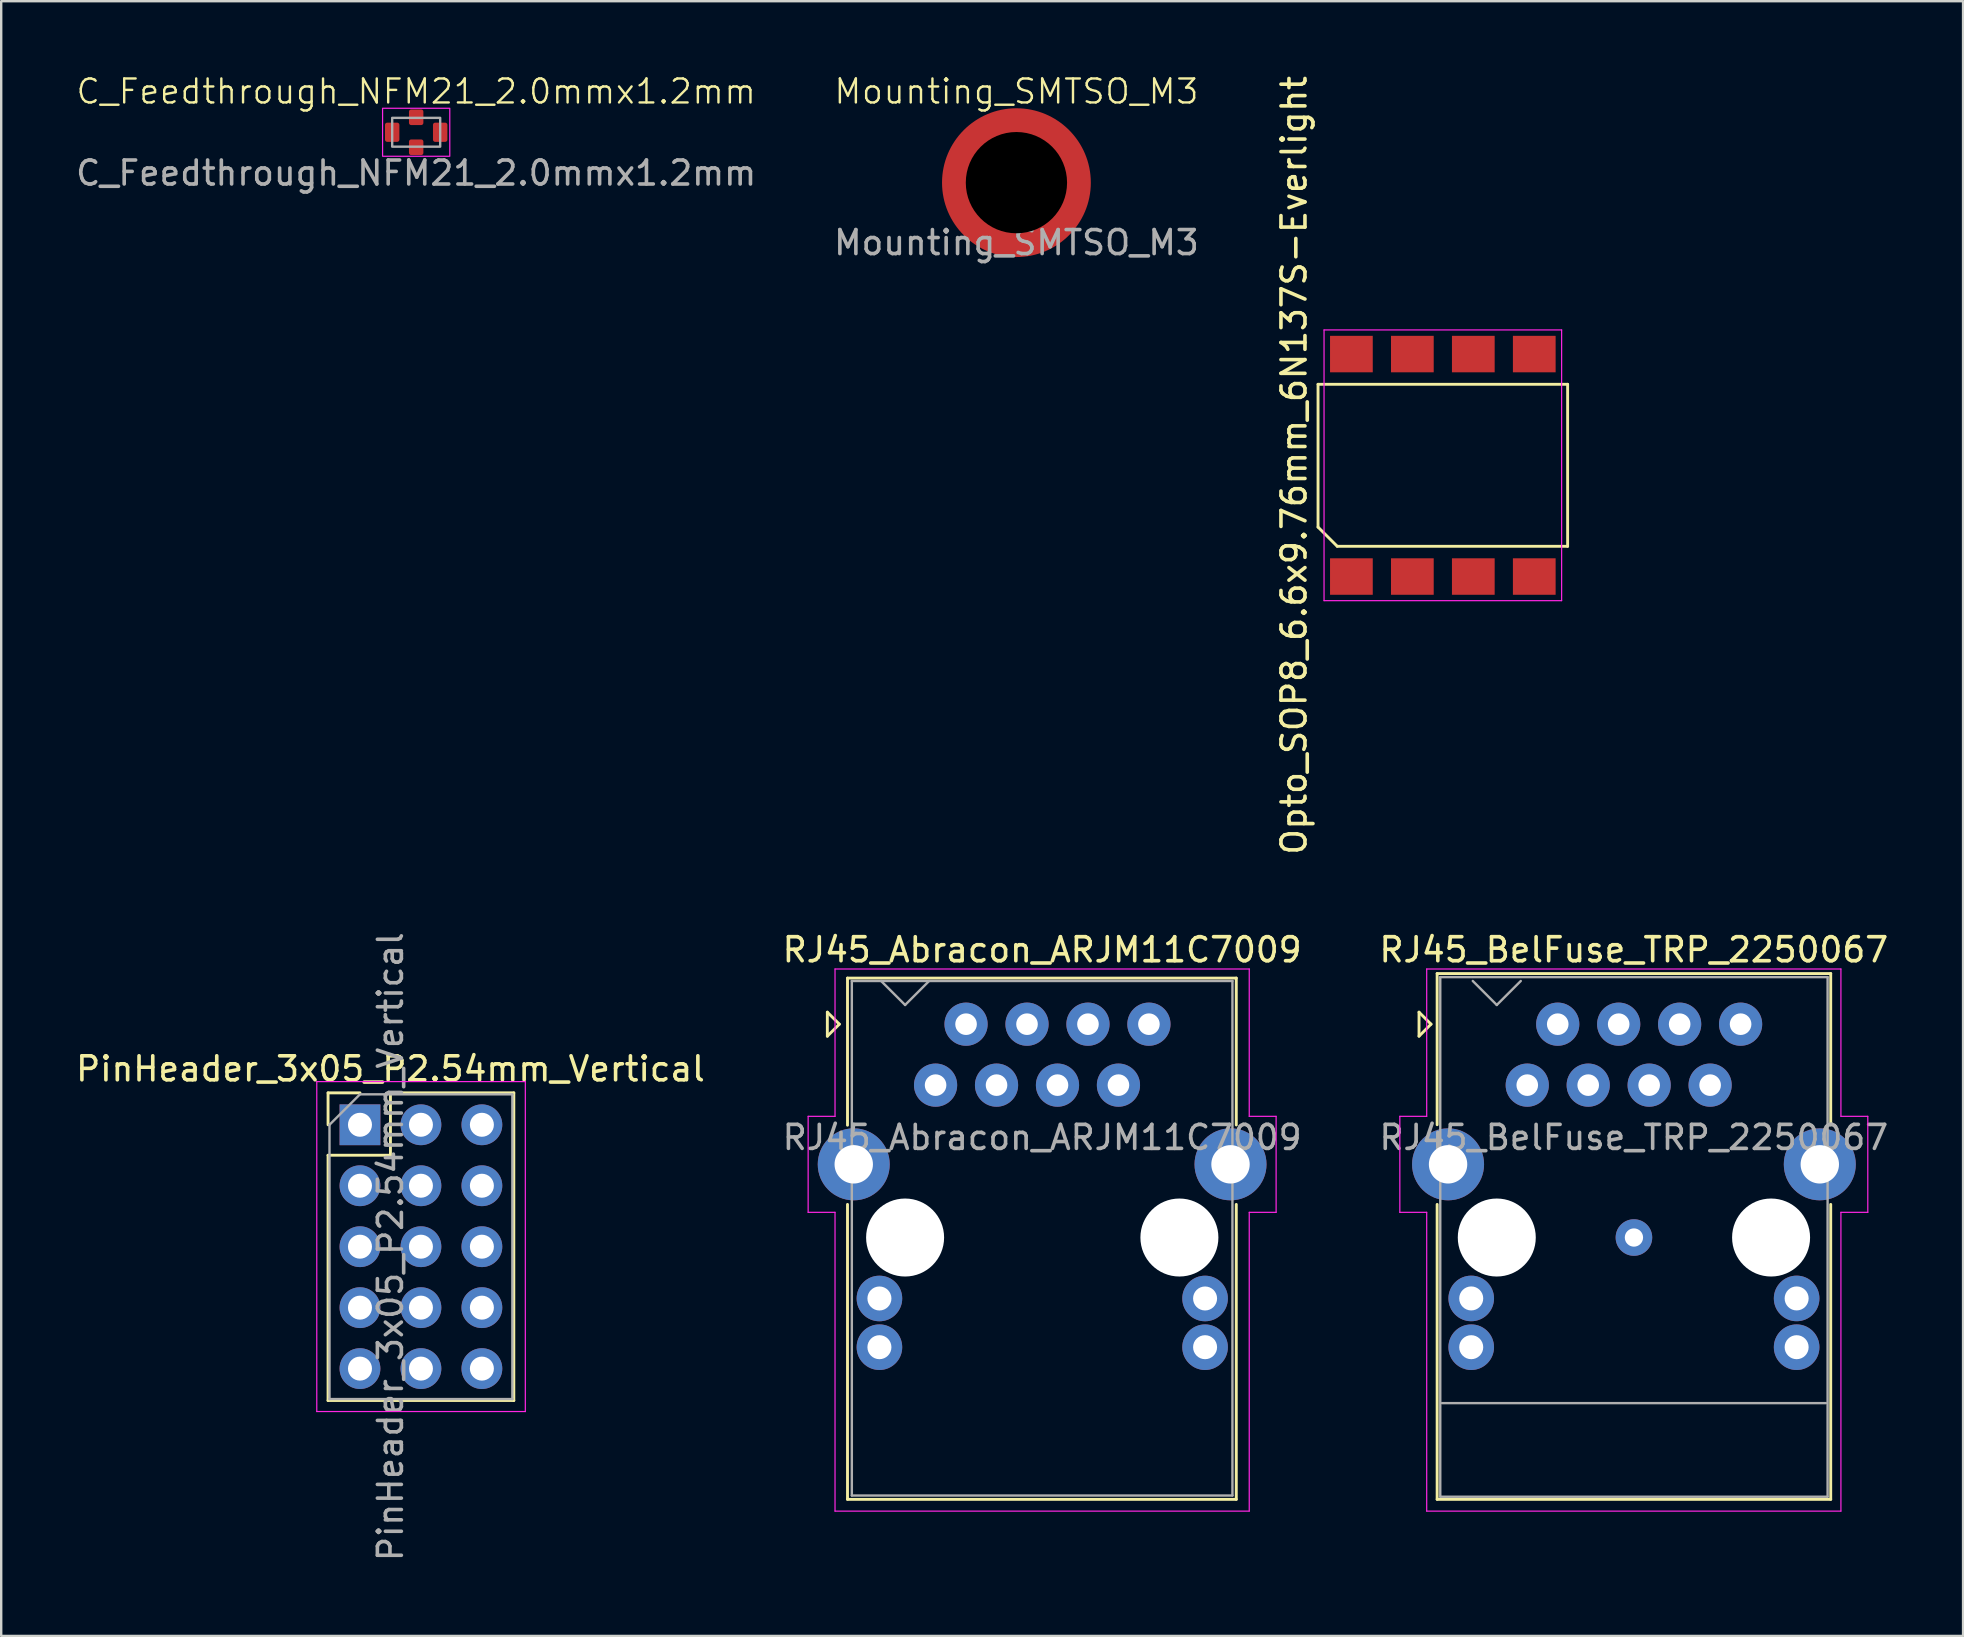
<source format=kicad_pcb>
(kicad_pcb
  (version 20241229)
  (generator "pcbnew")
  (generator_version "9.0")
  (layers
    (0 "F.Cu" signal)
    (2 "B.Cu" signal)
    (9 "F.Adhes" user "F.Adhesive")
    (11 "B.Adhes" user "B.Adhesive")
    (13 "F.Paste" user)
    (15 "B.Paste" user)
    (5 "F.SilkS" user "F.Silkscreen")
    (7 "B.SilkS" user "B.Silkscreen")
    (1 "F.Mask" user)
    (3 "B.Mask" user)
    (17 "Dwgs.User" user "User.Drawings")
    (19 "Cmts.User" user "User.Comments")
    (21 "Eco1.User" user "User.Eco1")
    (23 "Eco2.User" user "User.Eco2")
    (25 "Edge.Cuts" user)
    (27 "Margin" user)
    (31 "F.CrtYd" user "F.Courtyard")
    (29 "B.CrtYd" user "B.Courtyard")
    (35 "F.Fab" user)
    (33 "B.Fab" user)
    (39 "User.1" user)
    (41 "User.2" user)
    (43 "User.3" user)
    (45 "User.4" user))
  (footprint "C_Feedthrough_NFM21_2.0mmx1.2mm"
    (layer "F.Cu")
    (at 14.292 2.461)
    (property "Reference" "C_Feedthrough_NFM21_2.0mmx1.2mm" (at 0 -1.7 0) (unlocked yes) (layer "F.SilkS") (effects (font (size 1 1) (thickness 0.1))))
    (attr smd)
    (fp_rect (start -1.4 -1) (end 1.4 1) (stroke (width 0.05) (type default)) (fill no) (layer "F.CrtYd"))
    (fp_rect (start -1 -0.6) (end 1 0.6) (stroke (width 0.1) (type solid)) (fill no) (layer "F.Fab"))
    (fp_text user "${REFERENCE}" (at 0 1.7 0) (unlocked yes) (layer "F.Fab") (effects (font (size 1 1) (thickness 0.15))))
    (pad "1" smd roundrect (at -1 0) (size 0.6 0.8) (layers "F.Cu" "F.Mask" "F.Paste") (roundrect_rratio 0.15))
    (pad "2" smd roundrect (at 0 -0.625 90) (size 0.65 0.6) (layers "F.Cu" "F.Mask" "F.Paste") (roundrect_rratio 0.15))
    (pad "2" smd roundrect (at 0 0.625 90) (size 0.65 0.6) (layers "F.Cu" "F.Mask" "F.Paste") (roundrect_rratio 0.15))
    (pad "3" smd roundrect (at 1 0) (size 0.6 0.8) (layers "F.Cu" "F.Mask" "F.Paste") (roundrect_rratio 0.15)))
  (footprint "PinHeader_3x05_P2.54mm_Vertical"
    (layer "F.Cu")
    (at 11.95 43.819)
    (property "Reference" "PinHeader_3x05_P2.54mm_Vertical" (at 1.27 -2.33 0) (layer "F.SilkS") (effects (font (size 1 1) (thickness 0.15))))
    (attr through_hole)
    (fp_line (start -1.33 -1.33) (end 0 -1.33) (stroke (width 0.12) (type solid)) (layer "F.SilkS"))
    (fp_line (start -1.33 0) (end -1.33 -1.33) (stroke (width 0.12) (type solid)) (layer "F.SilkS"))
    (fp_line (start -1.33 1.27) (end -1.33 11.49) (stroke (width 0.12) (type solid)) (layer "F.SilkS"))
    (fp_line (start -1.33 1.27) (end 1.27 1.27) (stroke (width 0.12) (type solid)) (layer "F.SilkS"))
    (fp_line (start -1.33 11.49) (end 6.41 11.49) (stroke (width 0.12) (type solid)) (layer "F.SilkS"))
    (fp_line (start 1.27 -1.33) (end 6.41 -1.33) (stroke (width 0.12) (type solid)) (layer "F.SilkS"))
    (fp_line (start 1.27 1.27) (end 1.27 -1.33) (stroke (width 0.12) (type solid)) (layer "F.SilkS"))
    (fp_line (start 6.41 -1.33) (end 6.41 11.49) (stroke (width 0.12) (type solid)) (layer "F.SilkS"))
    (fp_line (start -1.8 -1.8) (end -1.8 11.95) (stroke (width 0.05) (type solid)) (layer "F.CrtYd"))
    (fp_line (start -1.8 11.95) (end 6.89 11.95) (stroke (width 0.05) (type solid)) (layer "F.CrtYd"))
    (fp_line (start 6.89 -1.8) (end -1.8 -1.8) (stroke (width 0.05) (type solid)) (layer "F.CrtYd"))
    (fp_line (start 6.89 11.95) (end 6.89 -1.8) (stroke (width 0.05) (type solid)) (layer "F.CrtYd"))
    (fp_line (start -1.27 0) (end 0 -1.27) (stroke (width 0.1) (type solid)) (layer "F.Fab"))
    (fp_line (start -1.27 11.43) (end -1.27 0) (stroke (width 0.1) (type solid)) (layer "F.Fab"))
    (fp_line (start 0 -1.27) (end 6.35 -1.27) (stroke (width 0.1) (type solid)) (layer "F.Fab"))
    (fp_line (start 6.35 -1.27) (end 6.35 11.43) (stroke (width 0.1) (type solid)) (layer "F.Fab"))
    (fp_line (start 6.35 11.43) (end -1.27 11.43) (stroke (width 0.1) (type solid)) (layer "F.Fab"))
    (fp_text user "${REFERENCE}" (at 1.27 5.08 90) (layer "F.Fab") (effects (font (size 1 1) (thickness 0.15))))
    (pad "1" thru_hole rect (at 0 0) (size 1.7 1.7) (drill 1) (layers "*.Cu" "*.Mask"))
    (pad "2" thru_hole oval (at 2.54 0) (size 1.7 1.7) (drill 1) (layers "*.Cu" "*.Mask"))
    (pad "3" thru_hole oval (at 5.08 0) (size 1.7 1.7) (drill 1) (layers "*.Cu" "*.Mask"))
    (pad "4" thru_hole oval (at 0 2.54) (size 1.7 1.7) (drill 1) (layers "*.Cu" "*.Mask"))
    (pad "5" thru_hole oval (at 2.54 2.54) (size 1.7 1.7) (drill 1) (layers "*.Cu" "*.Mask"))
    (pad "6" thru_hole oval (at 5.08 2.54) (size 1.7 1.7) (drill 1) (layers "*.Cu" "*.Mask"))
    (pad "7" thru_hole oval (at 0 5.08) (size 1.7 1.7) (drill 1) (layers "*.Cu" "*.Mask"))
    (pad "8" thru_hole oval (at 2.54 5.08) (size 1.7 1.7) (drill 1) (layers "*.Cu" "*.Mask"))
    (pad "9" thru_hole oval (at 5.08 5.08) (size 1.7 1.7) (drill 1) (layers "*.Cu" "*.Mask"))
    (pad "10" thru_hole oval (at 0 7.62) (size 1.7 1.7) (drill 1) (layers "*.Cu" "*.Mask"))
    (pad "11" thru_hole oval (at 2.54 7.62) (size 1.7 1.7) (drill 1) (layers "*.Cu" "*.Mask"))
    (pad "12" thru_hole oval (at 5.08 7.62) (size 1.7 1.7) (drill 1) (layers "*.Cu" "*.Mask"))
    (pad "13" thru_hole oval (at 0 10.16) (size 1.7 1.7) (drill 1) (layers "*.Cu" "*.Mask"))
    (pad "14" thru_hole oval (at 2.54 10.16) (size 1.7 1.7) (drill 1) (layers "*.Cu" "*.Mask"))
    (pad "15" thru_hole oval (at 5.08 10.16) (size 1.7 1.7) (drill 1) (layers "*.Cu" "*.Mask")))
  (footprint "RJ45_BelFuse_TRP_2250067"
    (layer "F.Cu")
    (at 65.035 48.517)
    (property "Reference" "RJ45_BelFuse_TRP_2250067" (at -0.005 -11.99 0) (layer "F.SilkS") (effects (font (size 1 1) (thickness 0.15))))
    (attr through_hole)
    (fp_line (start -8.955 -9.39) (end -8.955 -8.39) (stroke (width 0.12) (type solid)) (layer "F.SilkS"))
    (fp_line (start -8.955 -8.39) (end -8.455 -8.89) (stroke (width 0.12) (type solid)) (layer "F.SilkS"))
    (fp_line (start -8.455 -8.89) (end -8.955 -9.39) (stroke (width 0.12) (type solid)) (layer "F.SilkS"))
    (fp_line (start -8.2 -11) (end -8.2 -4.7) (stroke (width 0.12) (type solid)) (layer "F.SilkS"))
    (fp_line (start -8.2 -11) (end 8.2 -11) (stroke (width 0.12) (type solid)) (layer "F.SilkS"))
    (fp_line (start -8.2 -1.38) (end -8.2 10.91) (stroke (width 0.12) (type solid)) (layer "F.SilkS"))
    (fp_line (start -8.2 10.91) (end 8.2 10.91) (stroke (width 0.12) (type solid)) (layer "F.SilkS"))
    (fp_line (start 8.2 -11) (end 8.2 -4.69) (stroke (width 0.12) (type solid)) (layer "F.SilkS"))
    (fp_line (start 8.2 -1.38) (end 8.2 10.91) (stroke (width 0.12) (type solid)) (layer "F.SilkS"))
    (fp_line (start -9.755 -5.05) (end -9.755 -1.05) (stroke (width 0.05) (type solid)) (layer "F.CrtYd"))
    (fp_line (start -9.755 -1.05) (end -8.635 -1.05) (stroke (width 0.05) (type solid)) (layer "F.CrtYd"))
    (fp_line (start -8.635 -11.19) (end -8.635 -5.05) (stroke (width 0.05) (type solid)) (layer "F.CrtYd"))
    (fp_line (start -8.635 -11.19) (end 8.625 -11.19) (stroke (width 0.05) (type solid)) (layer "F.CrtYd"))
    (fp_line (start -8.635 -5.05) (end -9.755 -5.05) (stroke (width 0.05) (type solid)) (layer "F.CrtYd"))
    (fp_line (start -8.635 -1.05) (end -8.635 11.4) (stroke (width 0.05) (type solid)) (layer "F.CrtYd"))
    (fp_line (start -8.635 11.4) (end 8.625 11.4) (stroke (width 0.05) (type solid)) (layer "F.CrtYd"))
    (fp_line (start 8.625 -11.19) (end 8.625 -5.05) (stroke (width 0.05) (type solid)) (layer "F.CrtYd"))
    (fp_line (start 8.625 -1.05) (end 8.625 11.4) (stroke (width 0.05) (type solid)) (layer "F.CrtYd"))
    (fp_line (start 8.625 -1.05) (end 9.745 -1.05) (stroke (width 0.05) (type solid)) (layer "F.CrtYd"))
    (fp_line (start 9.745 -5.05) (end 8.625 -5.05) (stroke (width 0.05) (type solid)) (layer "F.CrtYd"))
    (fp_line (start 9.745 -5.05) (end 9.745 -1.05) (stroke (width 0.05) (type solid)) (layer "F.CrtYd"))
    (fp_line (start -8.07 -10.85) (end 8.07 -10.85) (stroke (width 0.1) (type solid)) (layer "F.Fab"))
    (fp_line (start -8.07 10.8) (end -8.07 -10.85) (stroke (width 0.1) (type solid)) (layer "F.Fab"))
    (fp_line (start -8 6.9) (end 8 6.9) (stroke (width 0.1) (type default)) (layer "F.Fab"))
    (fp_line (start -5.715 -9.69) (end -6.715 -10.69) (stroke (width 0.1) (type default)) (layer "F.Fab"))
    (fp_line (start -4.715 -10.69) (end -5.715 -9.69) (stroke (width 0.1) (type default)) (layer "F.Fab"))
    (fp_line (start 8.07 -10.85) (end 8.07 10.8) (stroke (width 0.1) (type solid)) (layer "F.Fab"))
    (fp_line (start 8.07 10.8) (end -8.07 10.8) (stroke (width 0.1) (type solid)) (layer "F.Fab"))
    (fp_text user "${REFERENCE}" (at -0.005 -4.17 0) (layer "F.Fab") (effects (font (size 1 1) (thickness 0.15))))
    (pad "" np_thru_hole circle (at -5.715 0) (size 3.25 3.25) (drill 3.25) (layers "*.Cu" "*.Mask"))
    (pad "" np_thru_hole circle (at 5.715 0) (size 3.25 3.25) (drill 3.25) (layers "*.Cu" "*.Mask"))
    (pad "1" thru_hole circle (at -4.445 -6.35) (size 1.8 1.8) (drill 0.9) (layers "*.Cu" "*.Mask"))
    (pad "2" thru_hole circle (at -3.175 -8.89) (size 1.8 1.8) (drill 0.9) (layers "*.Cu" "*.Mask"))
    (pad "3" thru_hole circle (at -1.905 -6.35) (size 1.8 1.8) (drill 0.9) (layers "*.Cu" "*.Mask"))
    (pad "4" thru_hole circle (at -0.635 -8.89) (size 1.8 1.8) (drill 0.9) (layers "*.Cu" "*.Mask"))
    (pad "5" thru_hole circle (at 0.635 -6.35) (size 1.8 1.8) (drill 0.9) (layers "*.Cu" "*.Mask"))
    (pad "6" thru_hole circle (at 1.905 -8.89) (size 1.8 1.8) (drill 0.9) (layers "*.Cu" "*.Mask"))
    (pad "7" thru_hole circle (at 3.175 -6.35) (size 1.8 1.8) (drill 0.9) (layers "*.Cu" "*.Mask"))
    (pad "8" thru_hole circle (at 4.445 -8.89) (size 1.8 1.8) (drill 0.9) (layers "*.Cu" "*.Mask"))
    (pad "9" thru_hole circle (at -6.78 2.538) (size 1.9 1.9) (drill 1) (layers "*.Cu" "*.Mask"))
    (pad "10" thru_hole circle (at -6.78 4.57) (size 1.9 1.9) (drill 1) (layers "*.Cu" "*.Mask"))
    (pad "11" thru_hole circle (at 6.78 2.538) (size 1.9 1.9) (drill 1) (layers "*.Cu" "*.Mask"))
    (pad "12" thru_hole circle (at 6.78 4.57) (size 1.9 1.9) (drill 1) (layers "*.Cu" "*.Mask"))
    (pad "13" thru_hole circle (at 0 0) (size 1.524 1.524) (drill 0.762) (layers "*.Cu" "*.Mask"))
    (pad "SH" thru_hole circle (at -7.745 -3.05) (size 3 3) (drill 1.6) (layers "*.Cu" "*.Mask"))
    (pad "SH" thru_hole circle (at 7.745 -3.05) (size 3 3) (drill 1.6) (layers "*.Cu" "*.Mask")))
  (footprint "Mounting_SMTSO_M3"
    (layer "F.Cu")
    (at 39.304 4.561)
    (property "Reference" "Mounting_SMTSO_M3" (at 0 -3.8 0) (unlocked yes) (layer "F.SilkS") (effects (font (size 1 1) (thickness 0.1))))
    (attr smd allow_soldermask_bridges)
    (fp_arc (start -2.55 -0.49) (mid -1.840041 -1.83217) (end -0.500927 -2.547876) (stroke (width 0.6) (type solid)) (layer "F.Paste"))
    (fp_arc (start -0.49 2.55) (mid -1.83217 1.840041) (end -2.547876 0.500927) (stroke (width 0.6) (type solid)) (layer "F.Paste"))
    (fp_arc (start 0.49 -2.55) (mid 1.83217 -1.840041) (end 2.547876 -0.500927) (stroke (width 0.6) (type solid)) (layer "F.Paste"))
    (fp_arc (start 2.55 0.49) (mid 1.840043 1.832169) (end 0.500931 2.547875) (stroke (width 0.6) (type solid)) (layer "F.Paste"))
    (fp_text user "${REFERENCE}" (at 0 2.5 0) (unlocked yes) (layer "F.Fab") (effects (font (size 1 1) (thickness 0.15))))
    (pad "" np_thru_hole circle (at 0 0) (size 6.2 6.2) (drill 4.22) (layers))
    (pad "" smd circle (at 0 0) (size 6.2 6.2) (layers "F.Mask"))
    (pad "1" smd circle (at 0 0) (size 6.2 6.2) (layers "F.Cu")))
  (footprint "RJ45_Abracon_ARJM11C7009"
    (layer "F.Cu")
    (at 44.825 39.627)
    (property "Reference" "RJ45_Abracon_ARJM11C7009" (at -4.45 -3.1 0) (layer "F.SilkS") (effects (font (size 1 1) (thickness 0.15))))
    (attr through_hole)
    (fp_line (start -13.4 -0.5) (end -13.4 0.5) (stroke (width 0.12) (type solid)) (layer "F.SilkS"))
    (fp_line (start -13.4 0.5) (end -12.9 0) (stroke (width 0.12) (type solid)) (layer "F.SilkS"))
    (fp_line (start -12.9 0) (end -13.4 -0.5) (stroke (width 0.12) (type solid)) (layer "F.SilkS"))
    (fp_line (start -12.56 -1.92) (end -12.56 4.21) (stroke (width 0.12) (type solid)) (layer "F.SilkS"))
    (fp_line (start -12.56 -1.92) (end 3.64 -1.92) (stroke (width 0.12) (type solid)) (layer "F.SilkS"))
    (fp_line (start -12.56 7.51) (end -12.56 19.8) (stroke (width 0.12) (type solid)) (layer "F.SilkS"))
    (fp_line (start -12.56 19.8) (end 3.64 19.8) (stroke (width 0.12) (type solid)) (layer "F.SilkS"))
    (fp_line (start 3.64 -1.92) (end 3.64 4.2) (stroke (width 0.12) (type solid)) (layer "F.SilkS"))
    (fp_line (start 3.64 7.51) (end 3.64 19.8) (stroke (width 0.12) (type solid)) (layer "F.SilkS"))
    (fp_line (start -14.2 3.84) (end -14.2 7.84) (stroke (width 0.05) (type solid)) (layer "F.CrtYd"))
    (fp_line (start -14.2 7.84) (end -13.08 7.84) (stroke (width 0.05) (type solid)) (layer "F.CrtYd"))
    (fp_line (start -13.08 -2.3) (end -13.08 3.84) (stroke (width 0.05) (type solid)) (layer "F.CrtYd"))
    (fp_line (start -13.08 -2.3) (end 4.18 -2.3) (stroke (width 0.05) (type solid)) (layer "F.CrtYd"))
    (fp_line (start -13.08 3.84) (end -14.2 3.84) (stroke (width 0.05) (type solid)) (layer "F.CrtYd"))
    (fp_line (start -13.08 7.84) (end -13.08 20.29) (stroke (width 0.05) (type solid)) (layer "F.CrtYd"))
    (fp_line (start -13.08 20.29) (end 4.18 20.29) (stroke (width 0.05) (type solid)) (layer "F.CrtYd"))
    (fp_line (start 4.18 -2.3) (end 4.18 3.84) (stroke (width 0.05) (type solid)) (layer "F.CrtYd"))
    (fp_line (start 4.18 7.84) (end 4.18 20.29) (stroke (width 0.05) (type solid)) (layer "F.CrtYd"))
    (fp_line (start 4.18 7.84) (end 5.3 7.84) (stroke (width 0.05) (type solid)) (layer "F.CrtYd"))
    (fp_line (start 5.3 3.84) (end 4.18 3.84) (stroke (width 0.05) (type solid)) (layer "F.CrtYd"))
    (fp_line (start 5.3 3.84) (end 5.3 7.84) (stroke (width 0.05) (type solid)) (layer "F.CrtYd"))
    (fp_line (start -12.38 -1.8) (end 3.48 -1.8) (stroke (width 0.1) (type solid)) (layer "F.Fab"))
    (fp_line (start -12.38 19.64) (end -12.38 -1.8) (stroke (width 0.1) (type solid)) (layer "F.Fab"))
    (fp_line (start -10.16 -0.8) (end -11.16 -1.8) (stroke (width 0.1) (type default)) (layer "F.Fab"))
    (fp_line (start -9.16 -1.8) (end -10.16 -0.8) (stroke (width 0.1) (type default)) (layer "F.Fab"))
    (fp_line (start 3.48 -1.8) (end 3.48 19.64) (stroke (width 0.1) (type solid)) (layer "F.Fab"))
    (fp_line (start 3.48 19.64) (end -12.38 19.64) (stroke (width 0.1) (type solid)) (layer "F.Fab"))
    (fp_text user "${REFERENCE}" (at -4.45 4.72 0) (layer "F.Fab") (effects (font (size 1 1) (thickness 0.15))))
    (pad "" np_thru_hole circle (at -10.16 8.89) (size 3.25 3.25) (drill 3.25) (layers "*.Cu" "*.Mask"))
    (pad "" np_thru_hole circle (at 1.27 8.89) (size 3.25 3.25) (drill 3.25) (layers "*.Cu" "*.Mask"))
    (pad "1" thru_hole circle (at 0 0) (size 1.8 1.8) (drill 0.9) (layers "*.Cu" "*.Mask"))
    (pad "2" thru_hole circle (at -1.27 2.54) (size 1.8 1.8) (drill 0.9) (layers "*.Cu" "*.Mask"))
    (pad "3" thru_hole circle (at -2.54 0) (size 1.8 1.8) (drill 0.9) (layers "*.Cu" "*.Mask"))
    (pad "4" thru_hole circle (at -3.81 2.54) (size 1.8 1.8) (drill 0.9) (layers "*.Cu" "*.Mask"))
    (pad "5" thru_hole circle (at -5.08 0) (size 1.8 1.8) (drill 0.9) (layers "*.Cu" "*.Mask"))
    (pad "6" thru_hole circle (at -6.35 2.54) (size 1.8 1.8) (drill 0.9) (layers "*.Cu" "*.Mask"))
    (pad "7" thru_hole circle (at -7.62 0) (size 1.8 1.8) (drill 0.9) (layers "*.Cu" "*.Mask"))
    (pad "8" thru_hole circle (at -8.89 2.54) (size 1.8 1.8) (drill 0.9) (layers "*.Cu" "*.Mask"))
    (pad "9" thru_hole circle (at -11.23 11.43) (size 1.9 1.9) (drill 1) (layers "*.Cu" "*.Mask"))
    (pad "10" thru_hole circle (at -11.23 13.46) (size 1.9 1.9) (drill 1) (layers "*.Cu" "*.Mask"))
    (pad "11" thru_hole circle (at 2.34 11.43) (size 1.9 1.9) (drill 1) (layers "*.Cu" "*.Mask"))
    (pad "12" thru_hole circle (at 2.34 13.46) (size 1.9 1.9) (drill 1) (layers "*.Cu" "*.Mask"))
    (pad "SH" thru_hole circle (at -12.3 5.84) (size 3 3) (drill 1.6) (layers "*.Cu" "*.Mask"))
    (pad "SH" thru_hole circle (at 3.4 5.84) (size 3 3) (drill 1.6) (layers "*.Cu" "*.Mask")))
  (footprint "Opto_SOP8_6.6x9.76mm_6N137S-Everlight"
    (layer "F.Cu")
    (at 57.072 16.339)
    (property "Reference" "Opto_SOP8_6.6x9.76mm_6N137S-Everlight" (at -6.2 0 90) (layer "F.SilkS") (effects (font (size 1 1) (thickness 0.15))))
    (attr smd)
    (fp_line (start -5.2 -3.375) (end 5.2 -3.375) (stroke (width 0.12) (type default)) (layer "F.SilkS"))
    (fp_line (start -5.2 2.575) (end -5.2 -3.375) (stroke (width 0.12) (type default)) (layer "F.SilkS"))
    (fp_line (start -4.4 3.375) (end -5.2 2.575) (stroke (width 0.12) (type default)) (layer "F.SilkS"))
    (fp_line (start 5.2 -3.375) (end 5.2 3.375) (stroke (width 0.12) (type default)) (layer "F.SilkS"))
    (fp_line (start 5.2 3.375) (end -4.4 3.375) (stroke (width 0.12) (type default)) (layer "F.SilkS"))
    (fp_line (start -4.95 -5.64) (end 4.95 -5.64) (stroke (width 0.05) (type default)) (layer "F.CrtYd"))
    (fp_line (start -4.95 5.64) (end -4.95 -5.64) (stroke (width 0.05) (type default)) (layer "F.CrtYd"))
    (fp_line (start 4.95 -5.64) (end 4.95 5.64) (stroke (width 0.05) (type default)) (layer "F.CrtYd"))
    (fp_line (start 4.95 5.64) (end -4.95 5.64) (stroke (width 0.05) (type default)) (layer "F.CrtYd"))
    (pad "1" smd rect (at -3.81 4.635) (size 1.78 1.52) (layers "F.Cu" "F.Mask" "F.Paste"))
    (pad "2" smd rect (at -1.27 4.635) (size 1.78 1.52) (layers "F.Cu" "F.Mask" "F.Paste"))
    (pad "3" smd rect (at 1.27 4.635) (size 1.78 1.52) (layers "F.Cu" "F.Mask" "F.Paste"))
    (pad "4" smd rect (at 3.81 4.635) (size 1.78 1.52) (layers "F.Cu" "F.Mask" "F.Paste"))
    (pad "5" smd rect (at 3.81 -4.635) (size 1.78 1.52) (layers "F.Cu" "F.Mask" "F.Paste"))
    (pad "6" smd rect (at 1.27 -4.635) (size 1.78 1.52) (layers "F.Cu" "F.Mask" "F.Paste"))
    (pad "7" smd rect (at -1.27 -4.635) (size 1.78 1.52) (layers "F.Cu" "F.Mask" "F.Paste"))
    (pad "8" smd rect (at -3.81 -4.635) (size 1.78 1.52) (layers "F.Cu" "F.Mask" "F.Paste")))
  (gr_rect
    (start -3 -3)
    (end 78.75 65.119)
    (stroke (width 0.1) (type default))
    (fill no)
    (layer "Edge.Cuts")))
</source>
